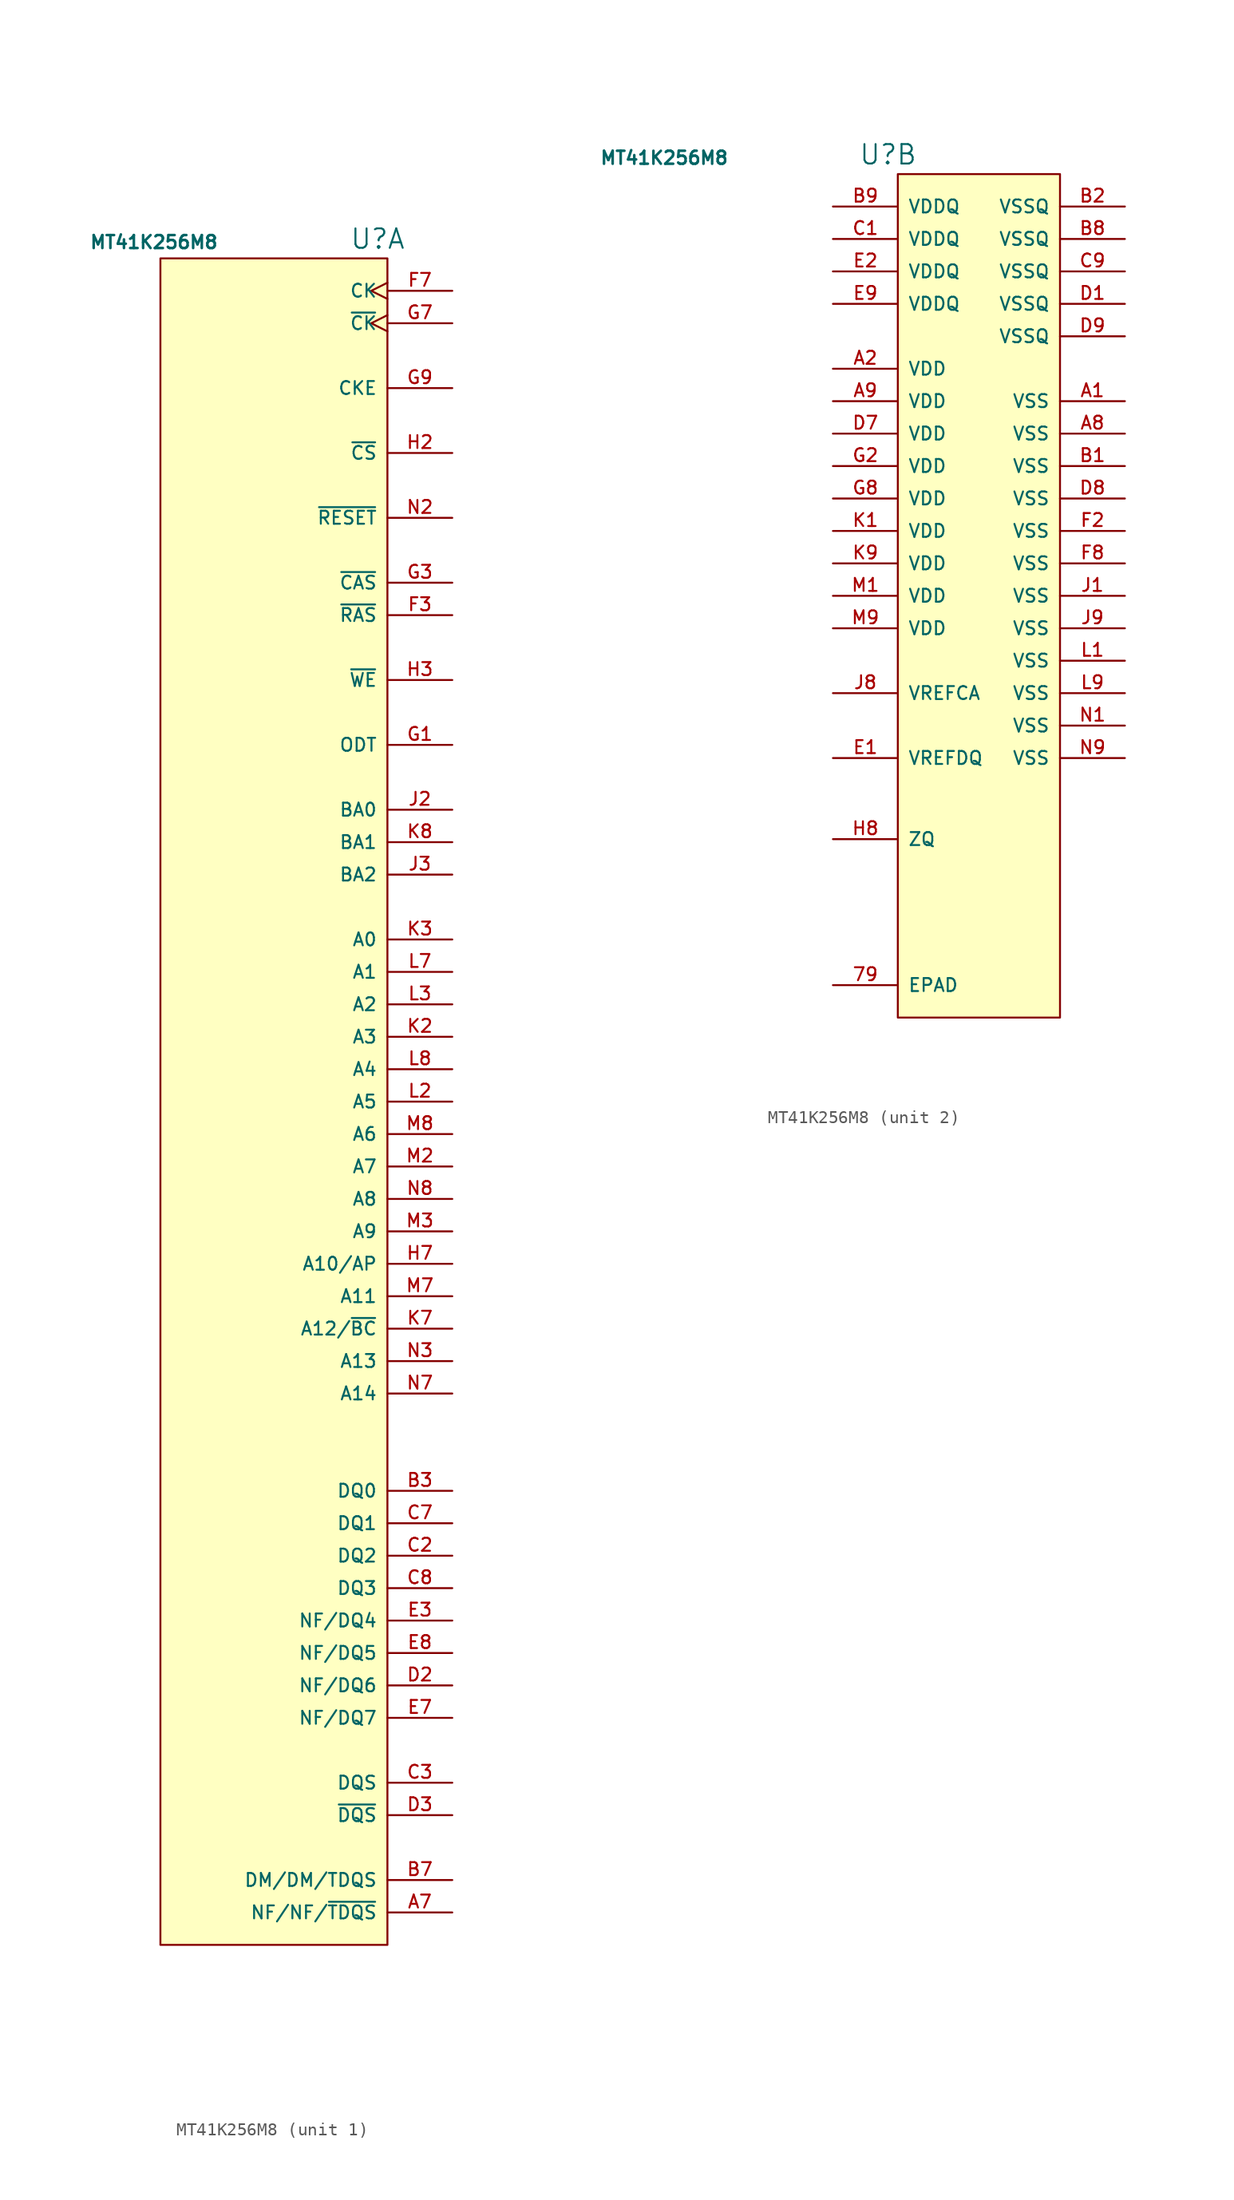
<source format=kicad_sym>
(kicad_symbol_lib
  (version 20231120)
  (generator "kicad_symbol_editor")
  (generator_version "8.0")
  (symbol "MT41K256M8"
    (pin_names
      (offset 0.762))
    (property "Reference" "U"
      (at -0.762 4.064 0)
      (effects (font (size 1.524 1.524))))
    (property "Value" "MT41K256M8"
      (at -18.288 3.81 0)
      (effects (font (size 1.016 1.016) (thickness 0.203) (bold yes))))
    (property "ki_locked" ""
      (at 0 0 0)
      (effects (font (size 1.27 1.27))))
    (symbol "MT41K256M8_1_1"
      (rectangle (start -17.78 2.54) (end 0 -129.54) (stroke (width 0) (type default)) (fill (type background)))
      (pin bidirectional line (at 5.08 -127 180) (length 5.08) (name "NF/NF/~{TDQS}" (effects (font (size 1.016 1.016)))) (number "A7" (effects (font (size 1.016 1.016)))))
      (pin bidirectional line (at 5.08 -93.98 180) (length 5.08) (name "DQ0" (effects (font (size 1.016 1.016)))) (number "B3" (effects (font (size 1.016 1.016)))))
      (pin bidirectional line (at 5.08 -124.46 180) (length 5.08) (name "DM/DM/TDQS" (effects (font (size 1.016 1.016)))) (number "B7" (effects (font (size 1.016 1.016)))))
      (pin bidirectional line (at 5.08 -99.06 180) (length 5.08) (name "DQ2" (effects (font (size 1.016 1.016)))) (number "C2" (effects (font (size 1.016 1.016)))))
      (pin bidirectional line (at 5.08 -116.84 180) (length 5.08) (name "DQS" (effects (font (size 1.016 1.016)))) (number "C3" (effects (font (size 1.016 1.016)))))
      (pin bidirectional line (at 5.08 -96.52 180) (length 5.08) (name "DQ1" (effects (font (size 1.016 1.016)))) (number "C7" (effects (font (size 1.016 1.016)))))
      (pin bidirectional line (at 5.08 -101.6 180) (length 5.08) (name "DQ3" (effects (font (size 1.016 1.016)))) (number "C8" (effects (font (size 1.016 1.016)))))
      (pin bidirectional line (at 5.08 -109.22 180) (length 5.08) (name "NF/DQ6" (effects (font (size 1.016 1.016)))) (number "D2" (effects (font (size 1.016 1.016)))))
      (pin bidirectional line (at 5.08 -119.38 180) (length 5.08) (name "~{DQS}" (effects (font (size 1.016 1.016)))) (number "D3" (effects (font (size 1.016 1.016)))))
      (pin bidirectional line (at 5.08 -104.14 180) (length 5.08) (name "NF/DQ4" (effects (font (size 1.016 1.016)))) (number "E3" (effects (font (size 1.016 1.016)))))
      (pin bidirectional line (at 5.08 -111.76 180) (length 5.08) (name "NF/DQ7" (effects (font (size 1.016 1.016)))) (number "E7" (effects (font (size 1.016 1.016)))))
      (pin bidirectional line (at 5.08 -106.68 180) (length 5.08) (name "NF/DQ5" (effects (font (size 1.016 1.016)))) (number "E8" (effects (font (size 1.016 1.016)))))
      (pin input line (at 5.08 -25.4 180) (length 5.08) (name "~{RAS}" (effects (font (size 1.016 1.016)))) (number "F3" (effects (font (size 1.016 1.016)))))
      (pin input clock (at 5.08 0 180) (length 5.08) (name "CK" (effects (font (size 1.016 1.016)))) (number "F7" (effects (font (size 1.016 1.016)))))
      (pin input line (at 5.08 -35.56 180) (length 5.08) (name "ODT" (effects (font (size 1.016 1.016)))) (number "G1" (effects (font (size 1.016 1.016)))))
      (pin input line (at 5.08 -22.86 180) (length 5.08) (name "~{CAS}" (effects (font (size 1.016 1.016)))) (number "G3" (effects (font (size 1.016 1.016)))))
      (pin input clock (at 5.08 -2.54 180) (length 5.08) (name "~{CK}" (effects (font (size 1.016 1.016)))) (number "G7" (effects (font (size 1.016 1.016)))))
      (pin input line (at 5.08 -7.62 180) (length 5.08) (name "CKE" (effects (font (size 1.016 1.016)))) (number "G9" (effects (font (size 1.016 1.016)))))
      (pin input line (at 5.08 -12.7 180) (length 5.08) (name "~{CS}" (effects (font (size 1.016 1.016)))) (number "H2" (effects (font (size 1.016 1.016)))))
      (pin input line (at 5.08 -30.48 180) (length 5.08) (name "~{WE}" (effects (font (size 1.016 1.016)))) (number "H3" (effects (font (size 1.016 1.016)))))
      (pin input line (at 5.08 -76.2 180) (length 5.08) (name "A10/AP" (effects (font (size 1.016 1.016)))) (number "H7" (effects (font (size 1.016 1.016)))))
      (pin input line (at 5.08 -40.64 180) (length 5.08) (name "BA0" (effects (font (size 1.016 1.016)))) (number "J2" (effects (font (size 1.016 1.016)))))
      (pin input line (at 5.08 -45.72 180) (length 5.08) (name "BA2" (effects (font (size 1.016 1.016)))) (number "J3" (effects (font (size 1.016 1.016)))))
      (pin input line (at 5.08 -58.42 180) (length 5.08) (name "A3" (effects (font (size 1.016 1.016)))) (number "K2" (effects (font (size 1.016 1.016)))))
      (pin input line (at 5.08 -50.8 180) (length 5.08) (name "A0" (effects (font (size 1.016 1.016)))) (number "K3" (effects (font (size 1.016 1.016)))))
      (pin input line (at 5.08 -81.28 180) (length 5.08) (name "A12/~{BC}" (effects (font (size 1.016 1.016)))) (number "K7" (effects (font (size 1.016 1.016)))))
      (pin input line (at 5.08 -43.18 180) (length 5.08) (name "BA1" (effects (font (size 1.016 1.016)))) (number "K8" (effects (font (size 1.016 1.016)))))
      (pin input line (at 5.08 -63.5 180) (length 5.08) (name "A5" (effects (font (size 1.016 1.016)))) (number "L2" (effects (font (size 1.016 1.016)))))
      (pin input line (at 5.08 -55.88 180) (length 5.08) (name "A2" (effects (font (size 1.016 1.016)))) (number "L3" (effects (font (size 1.016 1.016)))))
      (pin input line (at 5.08 -53.34 180) (length 5.08) (name "A1" (effects (font (size 1.016 1.016)))) (number "L7" (effects (font (size 1.016 1.016)))))
      (pin input line (at 5.08 -60.96 180) (length 5.08) (name "A4" (effects (font (size 1.016 1.016)))) (number "L8" (effects (font (size 1.016 1.016)))))
      (pin input line (at 5.08 -68.58 180) (length 5.08) (name "A7" (effects (font (size 1.016 1.016)))) (number "M2" (effects (font (size 1.016 1.016)))))
      (pin input line (at 5.08 -73.66 180) (length 5.08) (name "A9" (effects (font (size 1.016 1.016)))) (number "M3" (effects (font (size 1.016 1.016)))))
      (pin input line (at 5.08 -78.74 180) (length 5.08) (name "A11" (effects (font (size 1.016 1.016)))) (number "M7" (effects (font (size 1.016 1.016)))))
      (pin input line (at 5.08 -66.04 180) (length 5.08) (name "A6" (effects (font (size 1.016 1.016)))) (number "M8" (effects (font (size 1.016 1.016)))))
      (pin input line (at 5.08 -17.78 180) (length 5.08) (name "~{RESET}" (effects (font (size 1.016 1.016)))) (number "N2" (effects (font (size 1.016 1.016)))))
      (pin input line (at 5.08 -83.82 180) (length 5.08) (name "A13" (effects (font (size 1.016 1.016)))) (number "N3" (effects (font (size 1.016 1.016)))))
      (pin input line (at 5.08 -86.36 180) (length 5.08) (name "A14" (effects (font (size 1.016 1.016)))) (number "N7" (effects (font (size 1.016 1.016)))))
      (pin input line (at 5.08 -71.12 180) (length 5.08) (name "A8" (effects (font (size 1.016 1.016)))) (number "N8" (effects (font (size 1.016 1.016))))))
    (symbol "MT41K256M8_2_1"
      (rectangle (start 0 2.54) (end 12.7 -63.5) (stroke (width 0) (type default)) (fill (type background)))
      (pin unspecified line (at -5.08 -60.96 0) (length 5.08) (name "EPAD" (effects (font (size 1.016 1.016)))) (number "79" (effects (font (size 1.016 1.016)))))
      (pin power_in line (at 17.78 -15.24 180) (length 5.08) (name "VSS" (effects (font (size 1.016 1.016)))) (number "A1" (effects (font (size 1.016 1.016)))))
      (pin power_in line (at -5.08 -12.7 0) (length 5.08) (name "VDD" (effects (font (size 1.016 1.016)))) (number "A2" (effects (font (size 1.016 1.016)))))
      (pin no_connect line (at 17.78 -48.26 180) (length 5.08) hide (name "NC" (effects (font (size 1.016 1.016)))) (number "A3" (effects (font (size 1.016 1.016)))))
      (pin power_in line (at 17.78 -17.78 180) (length 5.08) (name "VSS" (effects (font (size 1.016 1.016)))) (number "A8" (effects (font (size 1.016 1.016)))))
      (pin power_in line (at -5.08 -15.24 0) (length 5.08) (name "VDD" (effects (font (size 1.016 1.016)))) (number "A9" (effects (font (size 1.016 1.016)))))
      (pin power_in line (at 17.78 -20.32 180) (length 5.08) (name "VSS" (effects (font (size 1.016 1.016)))) (number "B1" (effects (font (size 1.016 1.016)))))
      (pin power_in line (at 17.78 0 180) (length 5.08) (name "VSSQ" (effects (font (size 1.016 1.016)))) (number "B2" (effects (font (size 1.016 1.016)))))
      (pin power_in line (at 17.78 -2.54 180) (length 5.08) (name "VSSQ" (effects (font (size 1.016 1.016)))) (number "B8" (effects (font (size 1.016 1.016)))))
      (pin power_in line (at -5.08 0 0) (length 5.08) (name "VDDQ" (effects (font (size 1.016 1.016)))) (number "B9" (effects (font (size 1.016 1.016)))))
      (pin power_in line (at -5.08 -2.54 0) (length 5.08) (name "VDDQ" (effects (font (size 1.016 1.016)))) (number "C1" (effects (font (size 1.016 1.016)))))
      (pin power_in line (at 17.78 -5.08 180) (length 5.08) (name "VSSQ" (effects (font (size 1.016 1.016)))) (number "C9" (effects (font (size 1.016 1.016)))))
      (pin power_in line (at 17.78 -7.62 180) (length 5.08) (name "VSSQ" (effects (font (size 1.016 1.016)))) (number "D1" (effects (font (size 1.016 1.016)))))
      (pin power_in line (at -5.08 -17.78 0) (length 5.08) (name "VDD" (effects (font (size 1.016 1.016)))) (number "D7" (effects (font (size 1.016 1.016)))))
      (pin power_in line (at 17.78 -22.86 180) (length 5.08) (name "VSS" (effects (font (size 1.016 1.016)))) (number "D8" (effects (font (size 1.016 1.016)))))
      (pin power_in line (at 17.78 -10.16 180) (length 5.08) (name "VSSQ" (effects (font (size 1.016 1.016)))) (number "D9" (effects (font (size 1.016 1.016)))))
      (pin power_in line (at -5.08 -43.18 0) (length 5.08) (name "VREFDQ" (effects (font (size 1.016 1.016)))) (number "E1" (effects (font (size 1.016 1.016)))))
      (pin power_in line (at -5.08 -5.08 0) (length 5.08) (name "VDDQ" (effects (font (size 1.016 1.016)))) (number "E2" (effects (font (size 1.016 1.016)))))
      (pin power_in line (at -5.08 -7.62 0) (length 5.08) (name "VDDQ" (effects (font (size 1.016 1.016)))) (number "E9" (effects (font (size 1.016 1.016)))))
      (pin no_connect line (at 17.78 -50.8 180) (length 5.08) hide (name "NC" (effects (font (size 1.016 1.016)))) (number "F1" (effects (font (size 1.016 1.016)))))
      (pin power_in line (at 17.78 -25.4 180) (length 5.08) (name "VSS" (effects (font (size 1.016 1.016)))) (number "F2" (effects (font (size 1.016 1.016)))))
      (pin power_in line (at 17.78 -27.94 180) (length 5.08) (name "VSS" (effects (font (size 1.016 1.016)))) (number "F8" (effects (font (size 1.016 1.016)))))
      (pin no_connect line (at 17.78 -53.34 180) (length 5.08) hide (name "NC" (effects (font (size 1.016 1.016)))) (number "F9" (effects (font (size 1.016 1.016)))))
      (pin power_in line (at -5.08 -20.32 0) (length 5.08) (name "VDD" (effects (font (size 1.016 1.016)))) (number "G2" (effects (font (size 1.016 1.016)))))
      (pin power_in line (at -5.08 -22.86 0) (length 5.08) (name "VDD" (effects (font (size 1.016 1.016)))) (number "G8" (effects (font (size 1.016 1.016)))))
      (pin no_connect line (at 17.78 -55.88 180) (length 5.08) hide (name "NC" (effects (font (size 1.016 1.016)))) (number "H1" (effects (font (size 1.016 1.016)))))
      (pin unspecified line (at -5.08 -49.53 0) (length 5.08) (name "ZQ" (effects (font (size 1.016 1.016)))) (number "H8" (effects (font (size 1.016 1.016)))))
      (pin no_connect line (at 17.78 -58.42 180) (length 5.08) hide (name "NC" (effects (font (size 1.016 1.016)))) (number "H9" (effects (font (size 1.016 1.016)))))
      (pin power_in line (at 17.78 -30.48 180) (length 5.08) (name "VSS" (effects (font (size 1.016 1.016)))) (number "J1" (effects (font (size 1.016 1.016)))))
      (pin no_connect line (at 17.78 -60.96 180) (length 5.08) hide (name "NC" (effects (font (size 1.016 1.016)))) (number "J7" (effects (font (size 1.016 1.016)))))
      (pin power_in line (at -5.08 -38.1 0) (length 5.08) (name "VREFCA" (effects (font (size 1.016 1.016)))) (number "J8" (effects (font (size 1.016 1.016)))))
      (pin power_in line (at 17.78 -33.02 180) (length 5.08) (name "VSS" (effects (font (size 1.016 1.016)))) (number "J9" (effects (font (size 1.016 1.016)))))
      (pin power_in line (at -5.08 -25.4 0) (length 5.08) (name "VDD" (effects (font (size 1.016 1.016)))) (number "K1" (effects (font (size 1.016 1.016)))))
      (pin power_in line (at -5.08 -27.94 0) (length 5.08) (name "VDD" (effects (font (size 1.016 1.016)))) (number "K9" (effects (font (size 1.016 1.016)))))
      (pin power_in line (at 17.78 -35.56 180) (length 5.08) (name "VSS" (effects (font (size 1.016 1.016)))) (number "L1" (effects (font (size 1.016 1.016)))))
      (pin power_in line (at 17.78 -38.1 180) (length 5.08) (name "VSS" (effects (font (size 1.016 1.016)))) (number "L9" (effects (font (size 1.016 1.016)))))
      (pin power_in line (at -5.08 -30.48 0) (length 5.08) (name "VDD" (effects (font (size 1.016 1.016)))) (number "M1" (effects (font (size 1.016 1.016)))))
      (pin power_in line (at -5.08 -33.02 0) (length 5.08) (name "VDD" (effects (font (size 1.016 1.016)))) (number "M9" (effects (font (size 1.016 1.016)))))
      (pin power_in line (at 17.78 -40.64 180) (length 5.08) (name "VSS" (effects (font (size 1.016 1.016)))) (number "N1" (effects (font (size 1.016 1.016)))))
      (pin power_in line (at 17.78 -43.18 180) (length 5.08) (name "VSS" (effects (font (size 1.016 1.016)))) (number "N9" (effects (font (size 1.016 1.016))))))))
</source>
